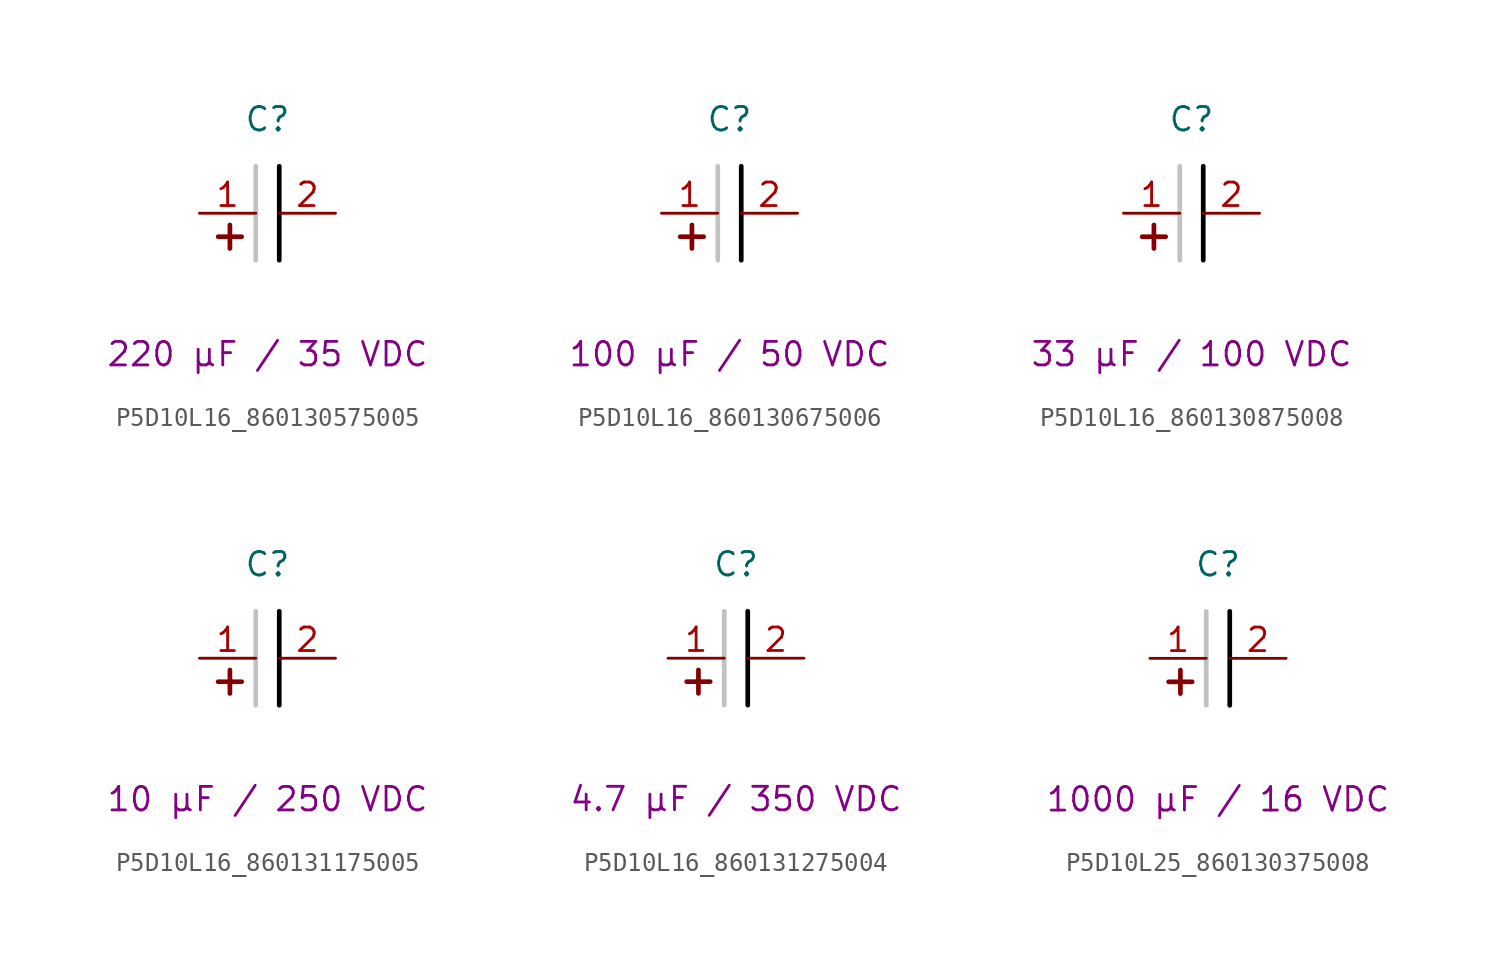
<source format=kicad_sym>
(kicad_symbol_lib
  (version 20220914)
  (generator kicad_symbol_editor)
  (symbol "P5D10L16_860130575005"
    (pin_names hide)
    (property "Reference" "C"
      (at 0 5.08 0)
      (effects (font (size 1.27 1.27))))
    (property "Critical Parameter" "220 µF / 35 VDC"
      (at 0 -7.62 0)
      (effects (font (size 1.27 1.27))))
    (symbol "P5D10L16_860130575005_1_1"
      (polyline (pts (xy -2.667 -1.27) (xy -1.397 -1.27)) (stroke (width 0.254) (type default)) (fill (type none)))
      (polyline (pts (xy -2.032 -0.635) (xy -2.032 -1.905)) (stroke (width 0.254) (type default)) (fill (type none)))
      (polyline (pts (xy -0.635 2.54) (xy -0.635 -2.54)) (stroke (width 0.254) (type default) (color 194 194 194 1)) (fill (type none)))
      (polyline (pts (xy 0.635 2.54) (xy 0.635 -2.54)) (stroke (width 0.254) (type default) (color 0 0 0 1)) (fill (type none)))
      (pin passive line (at -3.679 0 0) (length 3.044) (name "1" (effects (font (size 1.27 1.27)))) (number "1" (effects (font (size 1.27 1.27)))))
      (pin passive line (at 3.679 0 180) (length 3.044) (name "2" (effects (font (size 1.27 1.27)))) (number "2" (effects (font (size 1.27 1.27)))))))
  (symbol "P5D10L16_860130675006"
    (pin_names hide)
    (property "Reference" "C"
      (at 0 5.08 0)
      (effects (font (size 1.27 1.27))))
    (property "Critical Parameter" "100 µF / 50 VDC"
      (at 0 -7.62 0)
      (effects (font (size 1.27 1.27))))
    (symbol "P5D10L16_860130675006_1_1"
      (polyline (pts (xy -2.667 -1.27) (xy -1.397 -1.27)) (stroke (width 0.254) (type default)) (fill (type none)))
      (polyline (pts (xy -2.032 -0.635) (xy -2.032 -1.905)) (stroke (width 0.254) (type default)) (fill (type none)))
      (polyline (pts (xy -0.635 2.54) (xy -0.635 -2.54)) (stroke (width 0.254) (type default) (color 194 194 194 1)) (fill (type none)))
      (polyline (pts (xy 0.635 2.54) (xy 0.635 -2.54)) (stroke (width 0.254) (type default) (color 0 0 0 1)) (fill (type none)))
      (pin passive line (at -3.679 0 0) (length 3.044) (name "1" (effects (font (size 1.27 1.27)))) (number "1" (effects (font (size 1.27 1.27)))))
      (pin passive line (at 3.679 0 180) (length 3.044) (name "2" (effects (font (size 1.27 1.27)))) (number "2" (effects (font (size 1.27 1.27)))))))
  (symbol "P5D10L16_860130875008"
    (pin_names hide)
    (property "Reference" "C"
      (at 0 5.08 0)
      (effects (font (size 1.27 1.27))))
    (property "Critical Parameter" "33 µF / 100 VDC"
      (at 0 -7.62 0)
      (effects (font (size 1.27 1.27))))
    (symbol "P5D10L16_860130875008_1_1"
      (polyline (pts (xy -2.667 -1.27) (xy -1.397 -1.27)) (stroke (width 0.254) (type default)) (fill (type none)))
      (polyline (pts (xy -2.032 -0.635) (xy -2.032 -1.905)) (stroke (width 0.254) (type default)) (fill (type none)))
      (polyline (pts (xy -0.635 2.54) (xy -0.635 -2.54)) (stroke (width 0.254) (type default) (color 194 194 194 1)) (fill (type none)))
      (polyline (pts (xy 0.635 2.54) (xy 0.635 -2.54)) (stroke (width 0.254) (type default) (color 0 0 0 1)) (fill (type none)))
      (pin passive line (at -3.679 0 0) (length 3.044) (name "1" (effects (font (size 1.27 1.27)))) (number "1" (effects (font (size 1.27 1.27)))))
      (pin passive line (at 3.679 0 180) (length 3.044) (name "2" (effects (font (size 1.27 1.27)))) (number "2" (effects (font (size 1.27 1.27)))))))
  (symbol "P5D10L16_860131175005"
    (pin_names hide)
    (property "Reference" "C"
      (at 0 5.08 0)
      (effects (font (size 1.27 1.27))))
    (property "Critical Parameter" "10 µF / 250 VDC"
      (at 0 -7.62 0)
      (effects (font (size 1.27 1.27))))
    (symbol "P5D10L16_860131175005_1_1"
      (polyline (pts (xy -2.667 -1.27) (xy -1.397 -1.27)) (stroke (width 0.254) (type default)) (fill (type none)))
      (polyline (pts (xy -2.032 -0.635) (xy -2.032 -1.905)) (stroke (width 0.254) (type default)) (fill (type none)))
      (polyline (pts (xy -0.635 2.54) (xy -0.635 -2.54)) (stroke (width 0.254) (type default) (color 194 194 194 1)) (fill (type none)))
      (polyline (pts (xy 0.635 2.54) (xy 0.635 -2.54)) (stroke (width 0.254) (type default) (color 0 0 0 1)) (fill (type none)))
      (pin passive line (at -3.679 0 0) (length 3.044) (name "1" (effects (font (size 1.27 1.27)))) (number "1" (effects (font (size 1.27 1.27)))))
      (pin passive line (at 3.679 0 180) (length 3.044) (name "2" (effects (font (size 1.27 1.27)))) (number "2" (effects (font (size 1.27 1.27)))))))
  (symbol "P5D10L16_860131275004"
    (pin_names hide)
    (property "Reference" "C"
      (at 0 5.08 0)
      (effects (font (size 1.27 1.27))))
    (property "Critical Parameter" "4.7 µF / 350 VDC"
      (at 0 -7.62 0)
      (effects (font (size 1.27 1.27))))
    (symbol "P5D10L16_860131275004_1_1"
      (polyline (pts (xy -2.667 -1.27) (xy -1.397 -1.27)) (stroke (width 0.254) (type default)) (fill (type none)))
      (polyline (pts (xy -2.032 -0.635) (xy -2.032 -1.905)) (stroke (width 0.254) (type default)) (fill (type none)))
      (polyline (pts (xy -0.635 2.54) (xy -0.635 -2.54)) (stroke (width 0.254) (type default) (color 194 194 194 1)) (fill (type none)))
      (polyline (pts (xy 0.635 2.54) (xy 0.635 -2.54)) (stroke (width 0.254) (type default) (color 0 0 0 1)) (fill (type none)))
      (pin passive line (at -3.679 0 0) (length 3.044) (name "1" (effects (font (size 1.27 1.27)))) (number "1" (effects (font (size 1.27 1.27)))))
      (pin passive line (at 3.679 0 180) (length 3.044) (name "2" (effects (font (size 1.27 1.27)))) (number "2" (effects (font (size 1.27 1.27)))))))
  (symbol "P5D10L25_860130375008"
    (pin_names hide)
    (property "Reference" "C"
      (at 0 5.08 0)
      (effects (font (size 1.27 1.27))))
    (property "Critical Parameter" "1000 µF / 16 VDC"
      (at 0 -7.62 0)
      (effects (font (size 1.27 1.27))))
    (symbol "P5D10L25_860130375008_1_1"
      (polyline (pts (xy -2.667 -1.27) (xy -1.397 -1.27)) (stroke (width 0.254) (type default)) (fill (type none)))
      (polyline (pts (xy -2.032 -0.635) (xy -2.032 -1.905)) (stroke (width 0.254) (type default)) (fill (type none)))
      (polyline (pts (xy -0.635 2.54) (xy -0.635 -2.54)) (stroke (width 0.254) (type default) (color 194 194 194 1)) (fill (type none)))
      (polyline (pts (xy 0.635 2.54) (xy 0.635 -2.54)) (stroke (width 0.254) (type default) (color 0 0 0 1)) (fill (type none)))
      (pin passive line (at -3.679 0 0) (length 3.044) (name "1" (effects (font (size 1.27 1.27)))) (number "1" (effects (font (size 1.27 1.27)))))
      (pin passive line (at 3.679 0 180) (length 3.044) (name "2" (effects (font (size 1.27 1.27)))) (number "2" (effects (font (size 1.27 1.27))))))))
</source>
